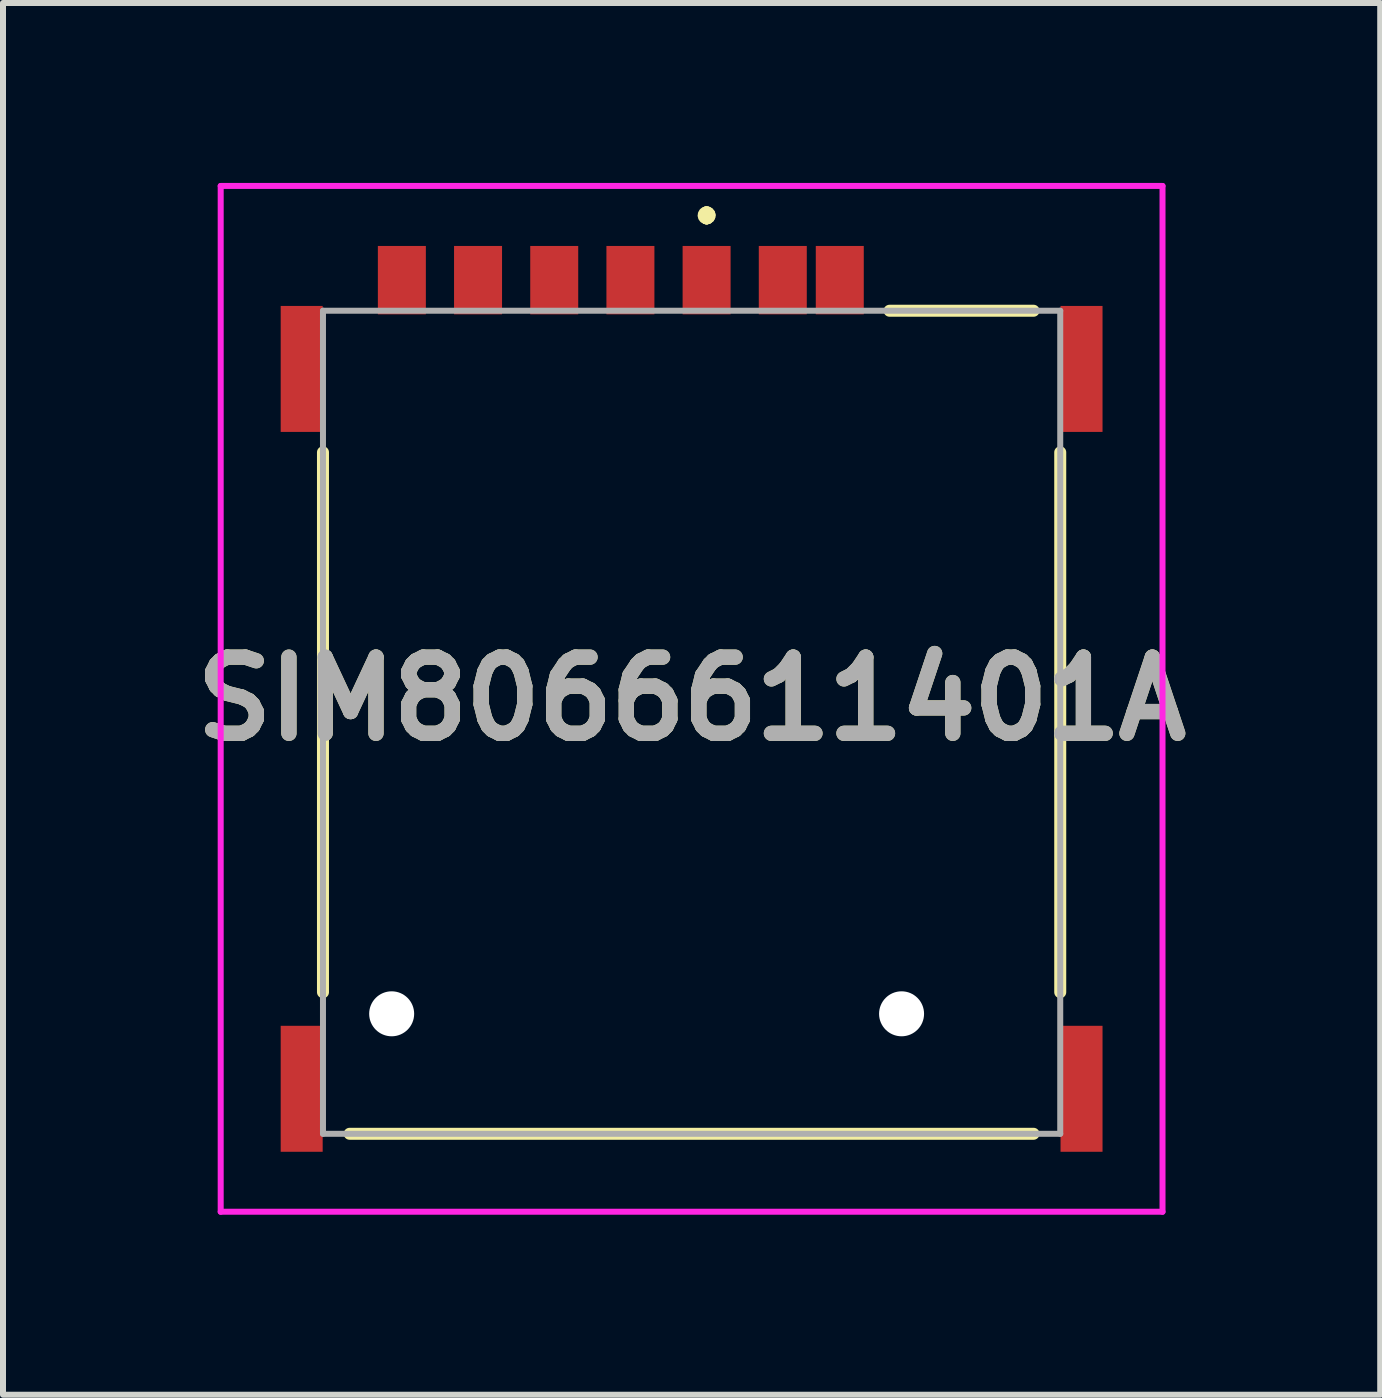
<source format=kicad_pcb>
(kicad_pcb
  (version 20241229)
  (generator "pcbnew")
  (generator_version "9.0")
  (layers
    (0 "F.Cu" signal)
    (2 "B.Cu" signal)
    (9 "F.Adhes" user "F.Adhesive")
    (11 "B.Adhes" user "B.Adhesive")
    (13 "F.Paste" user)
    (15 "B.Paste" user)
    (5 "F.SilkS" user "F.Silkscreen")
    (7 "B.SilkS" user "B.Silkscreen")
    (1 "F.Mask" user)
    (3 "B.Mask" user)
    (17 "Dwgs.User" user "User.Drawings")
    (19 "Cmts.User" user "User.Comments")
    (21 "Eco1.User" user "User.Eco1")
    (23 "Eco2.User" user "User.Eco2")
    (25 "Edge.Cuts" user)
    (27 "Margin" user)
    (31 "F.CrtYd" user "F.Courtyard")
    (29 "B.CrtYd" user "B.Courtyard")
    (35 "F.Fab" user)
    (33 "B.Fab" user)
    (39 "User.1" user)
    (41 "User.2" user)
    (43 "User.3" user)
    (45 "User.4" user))
  (footprint "SIM8066611401A"
    (layer "F.Cu")
    (at 8.479 8.99)
    (property "Reference" "SIM8066611401A" (at 0 -0.39 0) (layer "F.SilkS") (effects (font (size 1.27 1.27) (thickness 0.254))))
    (attr through_hole)
    (fp_line (start -6.145 -4.5) (end -6.145 4.5) (stroke (width 0.2) (type solid)) (layer "F.SilkS"))
    (fp_line (start -5.7 6.86) (end 5.7 6.86) (stroke (width 0.2) (type solid)) (layer "F.SilkS"))
    (fp_line (start 0.25 -8.5) (end 0.25 -8.5) (stroke (width 0.2) (type solid)) (layer "F.SilkS"))
    (fp_line (start 0.25 -8.4) (end 0.25 -8.4) (stroke (width 0.2) (type solid)) (layer "F.SilkS"))
    (fp_line (start 0.25 -8.4) (end 0.25 -8.4) (stroke (width 0.2) (type solid)) (layer "F.SilkS"))
    (fp_line (start 5.7 -6.86) (end 3.3 -6.86) (stroke (width 0.2) (type solid)) (layer "F.SilkS"))
    (fp_line (start 6.145 4.5) (end 6.145 -4.5) (stroke (width 0.2) (type solid)) (layer "F.SilkS"))
    (fp_arc (start 0.25 -8.5) (mid 0.3 -8.45) (end 0.25 -8.4) (stroke (width 0.2) (type solid)) (layer "F.SilkS"))
    (fp_arc (start 0.25 -8.5) (mid 0.3 -8.45) (end 0.25 -8.4) (stroke (width 0.2) (type solid)) (layer "F.SilkS"))
    (fp_arc (start 0.25 -8.4) (mid 0.2 -8.45) (end 0.25 -8.5) (stroke (width 0.2) (type solid)) (layer "F.SilkS"))
    (fp_line (start -7.85 -8.94) (end 7.85 -8.94) (stroke (width 0.1) (type solid)) (layer "F.CrtYd"))
    (fp_line (start -7.85 8.16) (end -7.85 -8.94) (stroke (width 0.1) (type solid)) (layer "F.CrtYd"))
    (fp_line (start 7.85 -8.94) (end 7.85 8.16) (stroke (width 0.1) (type solid)) (layer "F.CrtYd"))
    (fp_line (start 7.85 8.16) (end -7.85 8.16) (stroke (width 0.1) (type solid)) (layer "F.CrtYd"))
    (fp_line (start -6.145 -6.86) (end -6.145 6.86) (stroke (width 0.1) (type solid)) (layer "F.Fab"))
    (fp_line (start -6.145 6.86) (end 6.145 6.86) (stroke (width 0.1) (type solid)) (layer "F.Fab"))
    (fp_line (start 6.145 -6.86) (end -6.145 -6.86) (stroke (width 0.1) (type solid)) (layer "F.Fab"))
    (fp_line (start 6.145 6.86) (end 6.145 -6.86) (stroke (width 0.1) (type solid)) (layer "F.Fab"))
    (fp_text user "${REFERENCE}" (at 0 -0.39 0) (layer "F.Fab") (effects (font (size 1.27 1.27) (thickness 0.254))))
    (pad "" np_thru_hole circle (at -5 4.86) (size 0.75 0.75) (drill 0.75) (layers "*.Cu" "*.Mask"))
    (pad "" np_thru_hole circle (at 3.5 4.86) (size 0.75 0.75) (drill 0.75) (layers "*.Cu" "*.Mask"))
    (pad "C1" smd rect (at 0.25 -7.37) (size 0.8 1.14) (layers "F.Cu" "F.Mask" "F.Paste"))
    (pad "C2" smd rect (at -2.29 -7.37) (size 0.8 1.14) (layers "F.Cu" "F.Mask" "F.Paste"))
    (pad "C3" smd rect (at -4.83 -7.37) (size 0.8 1.14) (layers "F.Cu" "F.Mask" "F.Paste"))
    (pad "C5" smd rect (at 1.52 -7.37) (size 0.8 1.14) (layers "F.Cu" "F.Mask" "F.Paste"))
    (pad "C6" smd rect (at -1.02 -7.37) (size 0.8 1.14) (layers "F.Cu" "F.Mask" "F.Paste"))
    (pad "C7" smd rect (at -3.56 -7.37) (size 0.8 1.14) (layers "F.Cu" "F.Mask" "F.Paste"))
    (pad "CD1" smd rect (at 2.47 -7.37) (size 0.8 1.14) (layers "F.Cu" "F.Mask" "F.Paste"))
    (pad "G1" smd rect (at -6.5 -5.89) (size 0.7 2.1) (layers "F.Cu" "F.Mask" "F.Paste"))
    (pad "G2" smd rect (at -6.5 6.11) (size 0.7 2.1) (layers "F.Cu" "F.Mask" "F.Paste"))
    (pad "G3" smd rect (at 6.5 6.11) (size 0.7 2.1) (layers "F.Cu" "F.Mask" "F.Paste"))
    (pad "G4" smd rect (at 6.5 -5.89) (size 0.7 2.1) (layers "F.Cu" "F.Mask" "F.Paste")))
  (gr_rect
    (start -3 -3)
    (end 19.958 20.2)
    (stroke (width 0.1) (type default))
    (fill no)
    (layer "Edge.Cuts")))
</source>
